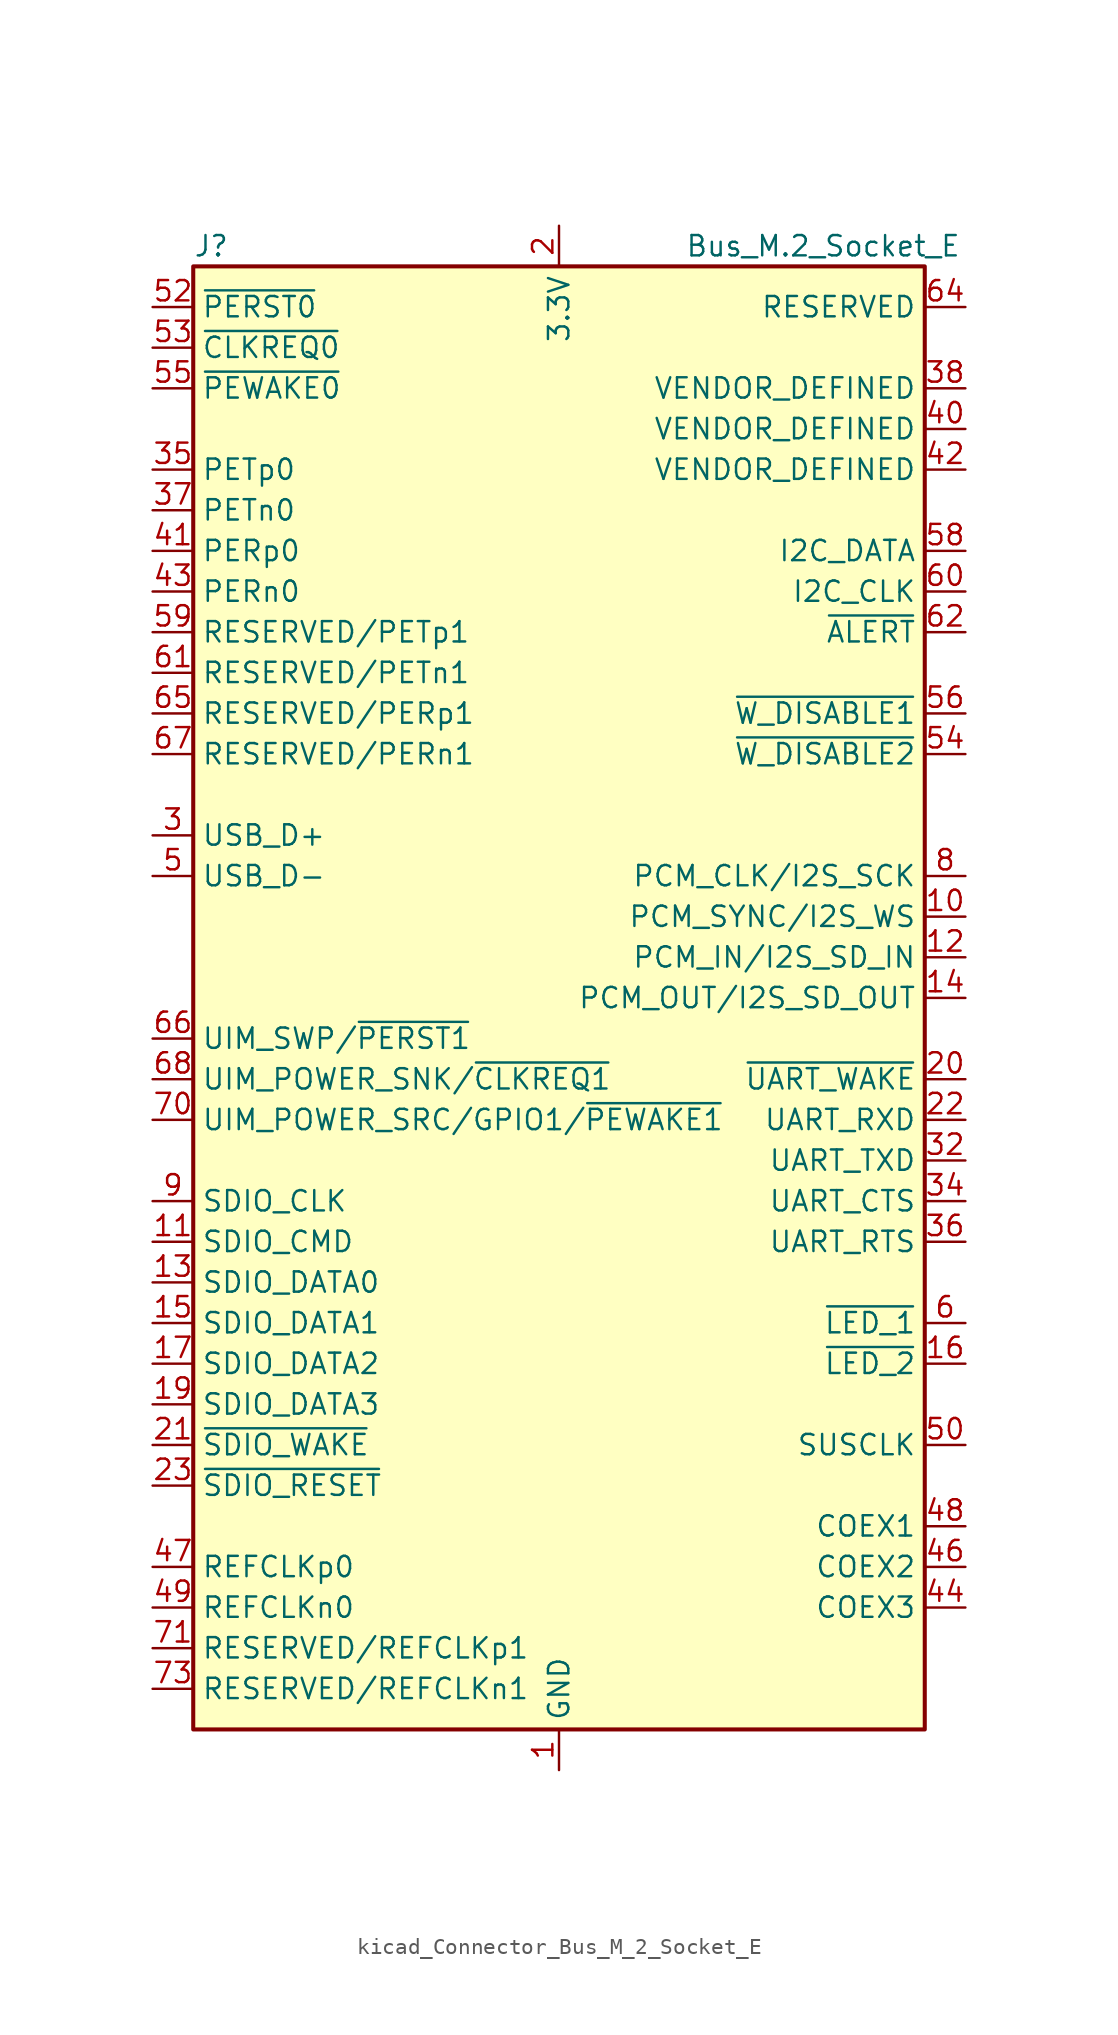
<source format=kicad_sym>
(kicad_symbol_lib
  (version 20220914)
  (generator kicad_symbol_editor)
  (symbol "kicad_Connector_Bus_M_2_Socket_E"
    (property "Reference" "J"
      (at -22.86 46.99 0)
      (effects (font (size 1.27 1.27)) (justify left)))
    (property "Value" "Bus_M.2_Socket_E"
      (at 16.51 46.99 0)
      (effects (font (size 1.27 1.27))))
    (symbol "kicad_Connector_Bus_M_2_Socket_E_0_1"
      (rectangle (start -22.86 45.72) (end 22.86 -45.72) (stroke (width 0.254) (type default)) (fill (type background))))
    (symbol "kicad_Connector_Bus_M_2_Socket_E_1_1"
      (pin power_in line (at 0 -48.26 90) (length 2.54) (name "GND" (effects (font (size 1.27 1.27)))) (number "1" (effects (font (size 1.27 1.27)))))
      (pin bidirectional line (at 25.4 5.08 180) (length 2.54) (name "PCM_SYNC/I2S_WS" (effects (font (size 1.27 1.27)))) (number "10" (effects (font (size 1.27 1.27)))))
      (pin bidirectional line (at -25.4 -15.24 0) (length 2.54) (name "SDIO_CMD" (effects (font (size 1.27 1.27)))) (number "11" (effects (font (size 1.27 1.27)))))
      (pin input line (at 25.4 2.54 180) (length 2.54) (name "PCM_IN/I2S_SD_IN" (effects (font (size 1.27 1.27)))) (number "12" (effects (font (size 1.27 1.27)))))
      (pin bidirectional line (at -25.4 -17.78 0) (length 2.54) (name "SDIO_DATA0" (effects (font (size 1.27 1.27)))) (number "13" (effects (font (size 1.27 1.27)))))
      (pin output line (at 25.4 0 180) (length 2.54) (name "PCM_OUT/I2S_SD_OUT" (effects (font (size 1.27 1.27)))) (number "14" (effects (font (size 1.27 1.27)))))
      (pin bidirectional line (at -25.4 -20.32 0) (length 2.54) (name "SDIO_DATA1" (effects (font (size 1.27 1.27)))) (number "15" (effects (font (size 1.27 1.27)))))
      (pin open_collector line (at 25.4 -22.86 180) (length 2.54) (name "~{LED_2}" (effects (font (size 1.27 1.27)))) (number "16" (effects (font (size 1.27 1.27)))))
      (pin bidirectional line (at -25.4 -22.86 0) (length 2.54) (name "SDIO_DATA2" (effects (font (size 1.27 1.27)))) (number "17" (effects (font (size 1.27 1.27)))))
      (pin passive line (at 0 -48.26 90) (length 2.54) hide (name "GND" (effects (font (size 1.27 1.27)))) (number "18" (effects (font (size 1.27 1.27)))))
      (pin bidirectional line (at -25.4 -25.4 0) (length 2.54) (name "SDIO_DATA3" (effects (font (size 1.27 1.27)))) (number "19" (effects (font (size 1.27 1.27)))))
      (pin power_in line (at 0 48.26 270) (length 2.54) (name "3.3V" (effects (font (size 1.27 1.27)))) (number "2" (effects (font (size 1.27 1.27)))))
      (pin input line (at 25.4 -5.08 180) (length 2.54) (name "~{UART_WAKE}" (effects (font (size 1.27 1.27)))) (number "20" (effects (font (size 1.27 1.27)))))
      (pin input line (at -25.4 -27.94 0) (length 2.54) (name "~{SDIO_WAKE}" (effects (font (size 1.27 1.27)))) (number "21" (effects (font (size 1.27 1.27)))))
      (pin input line (at 25.4 -7.62 180) (length 2.54) (name "UART_RXD" (effects (font (size 1.27 1.27)))) (number "22" (effects (font (size 1.27 1.27)))))
      (pin output line (at -25.4 -30.48 0) (length 2.54) (name "~{SDIO_RESET}" (effects (font (size 1.27 1.27)))) (number "23" (effects (font (size 1.27 1.27)))))
      (pin bidirectional line (at -25.4 10.16 0) (length 2.54) (name "USB_D+" (effects (font (size 1.27 1.27)))) (number "3" (effects (font (size 1.27 1.27)))))
      (pin output line (at 25.4 -10.16 180) (length 2.54) (name "UART_TXD" (effects (font (size 1.27 1.27)))) (number "32" (effects (font (size 1.27 1.27)))))
      (pin passive line (at 0 -48.26 90) (length 2.54) hide (name "GND" (effects (font (size 1.27 1.27)))) (number "33" (effects (font (size 1.27 1.27)))))
      (pin input line (at 25.4 -12.7 180) (length 2.54) (name "UART_CTS" (effects (font (size 1.27 1.27)))) (number "34" (effects (font (size 1.27 1.27)))))
      (pin output line (at -25.4 33.02 0) (length 2.54) (name "PETp0" (effects (font (size 1.27 1.27)))) (number "35" (effects (font (size 1.27 1.27)))))
      (pin output line (at 25.4 -15.24 180) (length 2.54) (name "UART_RTS" (effects (font (size 1.27 1.27)))) (number "36" (effects (font (size 1.27 1.27)))))
      (pin output line (at -25.4 30.48 0) (length 2.54) (name "PETn0" (effects (font (size 1.27 1.27)))) (number "37" (effects (font (size 1.27 1.27)))))
      (pin passive line (at 25.4 38.1 180) (length 2.54) (name "VENDOR_DEFINED" (effects (font (size 1.27 1.27)))) (number "38" (effects (font (size 1.27 1.27)))))
      (pin passive line (at 0 -48.26 90) (length 2.54) hide (name "GND" (effects (font (size 1.27 1.27)))) (number "39" (effects (font (size 1.27 1.27)))))
      (pin passive line (at 0 48.26 270) (length 2.54) hide (name "3.3V" (effects (font (size 1.27 1.27)))) (number "4" (effects (font (size 1.27 1.27)))))
      (pin passive line (at 25.4 35.56 180) (length 2.54) (name "VENDOR_DEFINED" (effects (font (size 1.27 1.27)))) (number "40" (effects (font (size 1.27 1.27)))))
      (pin input line (at -25.4 27.94 0) (length 2.54) (name "PERp0" (effects (font (size 1.27 1.27)))) (number "41" (effects (font (size 1.27 1.27)))))
      (pin passive line (at 25.4 33.02 180) (length 2.54) (name "VENDOR_DEFINED" (effects (font (size 1.27 1.27)))) (number "42" (effects (font (size 1.27 1.27)))))
      (pin input line (at -25.4 25.4 0) (length 2.54) (name "PERn0" (effects (font (size 1.27 1.27)))) (number "43" (effects (font (size 1.27 1.27)))))
      (pin bidirectional line (at 25.4 -38.1 180) (length 2.54) (name "COEX3" (effects (font (size 1.27 1.27)))) (number "44" (effects (font (size 1.27 1.27)))))
      (pin passive line (at 0 -48.26 90) (length 2.54) hide (name "GND" (effects (font (size 1.27 1.27)))) (number "45" (effects (font (size 1.27 1.27)))))
      (pin bidirectional line (at 25.4 -35.56 180) (length 2.54) (name "COEX2" (effects (font (size 1.27 1.27)))) (number "46" (effects (font (size 1.27 1.27)))))
      (pin output line (at -25.4 -35.56 0) (length 2.54) (name "REFCLKp0" (effects (font (size 1.27 1.27)))) (number "47" (effects (font (size 1.27 1.27)))))
      (pin bidirectional line (at 25.4 -33.02 180) (length 2.54) (name "COEX1" (effects (font (size 1.27 1.27)))) (number "48" (effects (font (size 1.27 1.27)))))
      (pin output line (at -25.4 -38.1 0) (length 2.54) (name "REFCLKn0" (effects (font (size 1.27 1.27)))) (number "49" (effects (font (size 1.27 1.27)))))
      (pin bidirectional line (at -25.4 7.62 0) (length 2.54) (name "USB_D-" (effects (font (size 1.27 1.27)))) (number "5" (effects (font (size 1.27 1.27)))))
      (pin output line (at 25.4 -27.94 180) (length 2.54) (name "SUSCLK" (effects (font (size 1.27 1.27)))) (number "50" (effects (font (size 1.27 1.27)))))
      (pin passive line (at 0 -48.26 90) (length 2.54) hide (name "GND" (effects (font (size 1.27 1.27)))) (number "51" (effects (font (size 1.27 1.27)))))
      (pin output line (at -25.4 43.18 0) (length 2.54) (name "~{PERST0}" (effects (font (size 1.27 1.27)))) (number "52" (effects (font (size 1.27 1.27)))))
      (pin bidirectional line (at -25.4 40.64 0) (length 2.54) (name "~{CLKREQ0}" (effects (font (size 1.27 1.27)))) (number "53" (effects (font (size 1.27 1.27)))))
      (pin output line (at 25.4 15.24 180) (length 2.54) (name "~{W_DISABLE2}" (effects (font (size 1.27 1.27)))) (number "54" (effects (font (size 1.27 1.27)))))
      (pin bidirectional line (at -25.4 38.1 0) (length 2.54) (name "~{PEWAKE0}" (effects (font (size 1.27 1.27)))) (number "55" (effects (font (size 1.27 1.27)))))
      (pin output line (at 25.4 17.78 180) (length 2.54) (name "~{W_DISABLE1}" (effects (font (size 1.27 1.27)))) (number "56" (effects (font (size 1.27 1.27)))))
      (pin passive line (at 0 -48.26 90) (length 2.54) hide (name "GND" (effects (font (size 1.27 1.27)))) (number "57" (effects (font (size 1.27 1.27)))))
      (pin bidirectional line (at 25.4 27.94 180) (length 2.54) (name "I2C_DATA" (effects (font (size 1.27 1.27)))) (number "58" (effects (font (size 1.27 1.27)))))
      (pin output line (at -25.4 22.86 0) (length 2.54) (name "RESERVED/PETp1" (effects (font (size 1.27 1.27)))) (number "59" (effects (font (size 1.27 1.27)))))
      (pin open_collector line (at 25.4 -20.32 180) (length 2.54) (name "~{LED_1}" (effects (font (size 1.27 1.27)))) (number "6" (effects (font (size 1.27 1.27)))))
      (pin output line (at 25.4 25.4 180) (length 2.54) (name "I2C_CLK" (effects (font (size 1.27 1.27)))) (number "60" (effects (font (size 1.27 1.27)))))
      (pin output line (at -25.4 20.32 0) (length 2.54) (name "RESERVED/PETn1" (effects (font (size 1.27 1.27)))) (number "61" (effects (font (size 1.27 1.27)))))
      (pin input line (at 25.4 22.86 180) (length 2.54) (name "~{ALERT}" (effects (font (size 1.27 1.27)))) (number "62" (effects (font (size 1.27 1.27)))))
      (pin passive line (at 0 -48.26 90) (length 2.54) hide (name "GND" (effects (font (size 1.27 1.27)))) (number "63" (effects (font (size 1.27 1.27)))))
      (pin passive line (at 25.4 43.18 180) (length 2.54) (name "RESERVED" (effects (font (size 1.27 1.27)))) (number "64" (effects (font (size 1.27 1.27)))))
      (pin input line (at -25.4 17.78 0) (length 2.54) (name "RESERVED/PERp1" (effects (font (size 1.27 1.27)))) (number "65" (effects (font (size 1.27 1.27)))))
      (pin output line (at -25.4 -2.54 0) (length 2.54) (name "UIM_SWP/~{PERST1}" (effects (font (size 1.27 1.27)))) (number "66" (effects (font (size 1.27 1.27)))))
      (pin input line (at -25.4 15.24 0) (length 2.54) (name "RESERVED/PERn1" (effects (font (size 1.27 1.27)))) (number "67" (effects (font (size 1.27 1.27)))))
      (pin bidirectional line (at -25.4 -5.08 0) (length 2.54) (name "UIM_POWER_SNK/~{CLKREQ1}" (effects (font (size 1.27 1.27)))) (number "68" (effects (font (size 1.27 1.27)))))
      (pin passive line (at 0 -48.26 90) (length 2.54) hide (name "GND" (effects (font (size 1.27 1.27)))) (number "69" (effects (font (size 1.27 1.27)))))
      (pin passive line (at 0 -48.26 90) (length 2.54) hide (name "GND" (effects (font (size 1.27 1.27)))) (number "7" (effects (font (size 1.27 1.27)))))
      (pin bidirectional line (at -25.4 -7.62 0) (length 2.54) (name "UIM_POWER_SRC/GPIO1/~{PEWAKE1}" (effects (font (size 1.27 1.27)))) (number "70" (effects (font (size 1.27 1.27)))))
      (pin output line (at -25.4 -40.64 0) (length 2.54) (name "RESERVED/REFCLKp1" (effects (font (size 1.27 1.27)))) (number "71" (effects (font (size 1.27 1.27)))))
      (pin passive line (at 0 48.26 270) (length 2.54) hide (name "3.3V" (effects (font (size 1.27 1.27)))) (number "72" (effects (font (size 1.27 1.27)))))
      (pin output line (at -25.4 -43.18 0) (length 2.54) (name "RESERVED/REFCLKn1" (effects (font (size 1.27 1.27)))) (number "73" (effects (font (size 1.27 1.27)))))
      (pin passive line (at 0 48.26 270) (length 2.54) hide (name "3.3V" (effects (font (size 1.27 1.27)))) (number "74" (effects (font (size 1.27 1.27)))))
      (pin passive line (at 0 -48.26 90) (length 2.54) hide (name "GND" (effects (font (size 1.27 1.27)))) (number "75" (effects (font (size 1.27 1.27)))))
      (pin bidirectional line (at 25.4 7.62 180) (length 2.54) (name "PCM_CLK/I2S_SCK" (effects (font (size 1.27 1.27)))) (number "8" (effects (font (size 1.27 1.27)))))
      (pin output line (at -25.4 -12.7 0) (length 2.54) (name "SDIO_CLK" (effects (font (size 1.27 1.27)))) (number "9" (effects (font (size 1.27 1.27))))))))
</source>
